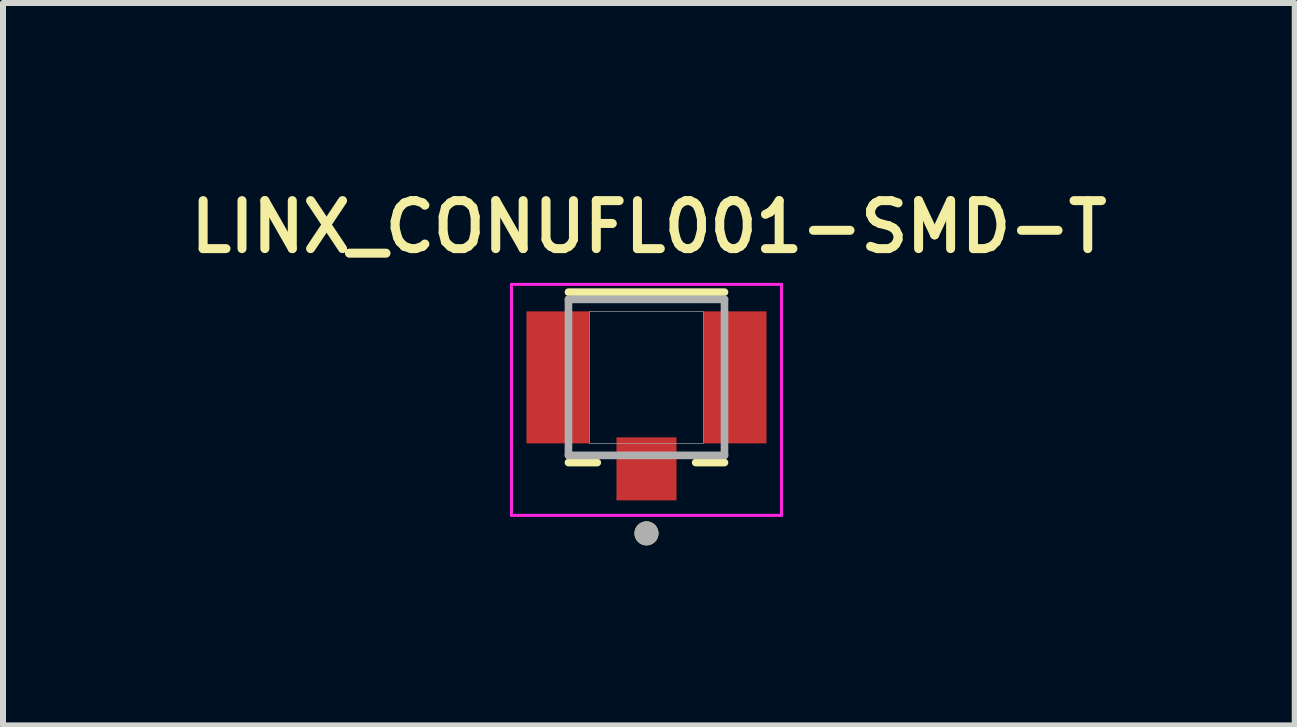
<source format=kicad_pcb>
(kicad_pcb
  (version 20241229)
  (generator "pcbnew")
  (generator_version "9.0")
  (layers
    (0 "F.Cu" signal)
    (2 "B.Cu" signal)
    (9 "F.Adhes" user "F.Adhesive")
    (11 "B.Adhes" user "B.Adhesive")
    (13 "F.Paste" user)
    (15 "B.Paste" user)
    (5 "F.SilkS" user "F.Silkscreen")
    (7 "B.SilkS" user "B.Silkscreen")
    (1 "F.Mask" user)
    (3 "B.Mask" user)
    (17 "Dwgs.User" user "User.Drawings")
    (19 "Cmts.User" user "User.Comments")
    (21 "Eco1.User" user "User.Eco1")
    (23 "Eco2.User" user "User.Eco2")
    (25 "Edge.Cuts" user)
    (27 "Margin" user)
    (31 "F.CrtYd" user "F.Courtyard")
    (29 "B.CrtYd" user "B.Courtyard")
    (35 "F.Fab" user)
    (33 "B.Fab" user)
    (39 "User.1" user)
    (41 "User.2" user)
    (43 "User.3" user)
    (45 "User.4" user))
  (footprint "LINX_CONUFL001-SMD-T"
    (layer "F.Cu")
    (at 7.724 3.239)
    (property "Reference" "LINX_CONUFL001-SMD-T" (at 0.04 -2.508 0) (layer "F.SilkS") (effects (font (size 0.8 0.8) (thickness 0.15))))
    (attr smd)
    (fp_line (start -1.3 -1.42) (end 1.3 -1.42) (stroke (width 0.127) (type solid)) (layer "F.SilkS"))
    (fp_line (start -0.82 1.42) (end -1.3 1.42) (stroke (width 0.127) (type solid)) (layer "F.SilkS"))
    (fp_line (start 0.82 1.42) (end 1.3 1.42) (stroke (width 0.127) (type solid)) (layer "F.SilkS"))
    (fp_circle (center 0 2.6) (end 0.1 2.6) (stroke (width 0.2) (type solid)) (fill no) (layer "F.SilkS"))
    (fp_line (start -2.25 -1.55) (end 2.25 -1.55) (stroke (width 0.05) (type solid)) (layer "F.CrtYd"))
    (fp_line (start -2.25 2.3) (end -2.25 -1.55) (stroke (width 0.05) (type solid)) (layer "F.CrtYd"))
    (fp_line (start 2.25 -1.55) (end 2.25 2.3) (stroke (width 0.05) (type solid)) (layer "F.CrtYd"))
    (fp_line (start 2.25 2.3) (end -2.25 2.3) (stroke (width 0.05) (type solid)) (layer "F.CrtYd"))
    (fp_line (start -1.3 -1.3) (end 1.3 -1.3) (stroke (width 0.127) (type solid)) (layer "F.Fab"))
    (fp_line (start -1.3 1.3) (end -1.3 -1.3) (stroke (width 0.127) (type solid)) (layer "F.Fab"))
    (fp_line (start 1.3 -1.3) (end 1.3 1.3) (stroke (width 0.127) (type solid)) (layer "F.Fab"))
    (fp_line (start 1.3 1.3) (end -1.3 1.3) (stroke (width 0.127) (type solid)) (layer "F.Fab"))
    (fp_circle (center 0 2.6) (end 0.1 2.6) (stroke (width 0.2) (type solid)) (fill no) (layer "F.Fab"))
    (fp_poly (pts (xy -0.95 -1.1) (xy 0.95 -1.1) (xy 0.95 1.1) (xy -0.95 1.1)) (stroke (width 0.01) (type solid)) (fill no) (layer "F.Fab"))
    (pad "1" smd rect (at 0 1.525) (size 1 1.05) (layers "F.Cu" "F.Mask" "F.Paste"))
    (pad "2" smd rect (at -1.475 0) (size 1.05 2.2) (layers "F.Cu" "F.Mask" "F.Paste"))
    (pad "2" smd rect (at 1.475 0) (size 1.05 2.2) (layers "F.Cu" "F.Mask" "F.Paste")))
  (gr_rect
    (start -3 -3)
    (end 18.528 9.039)
    (stroke (width 0.1) (type default))
    (fill no)
    (layer "Edge.Cuts")))
</source>
